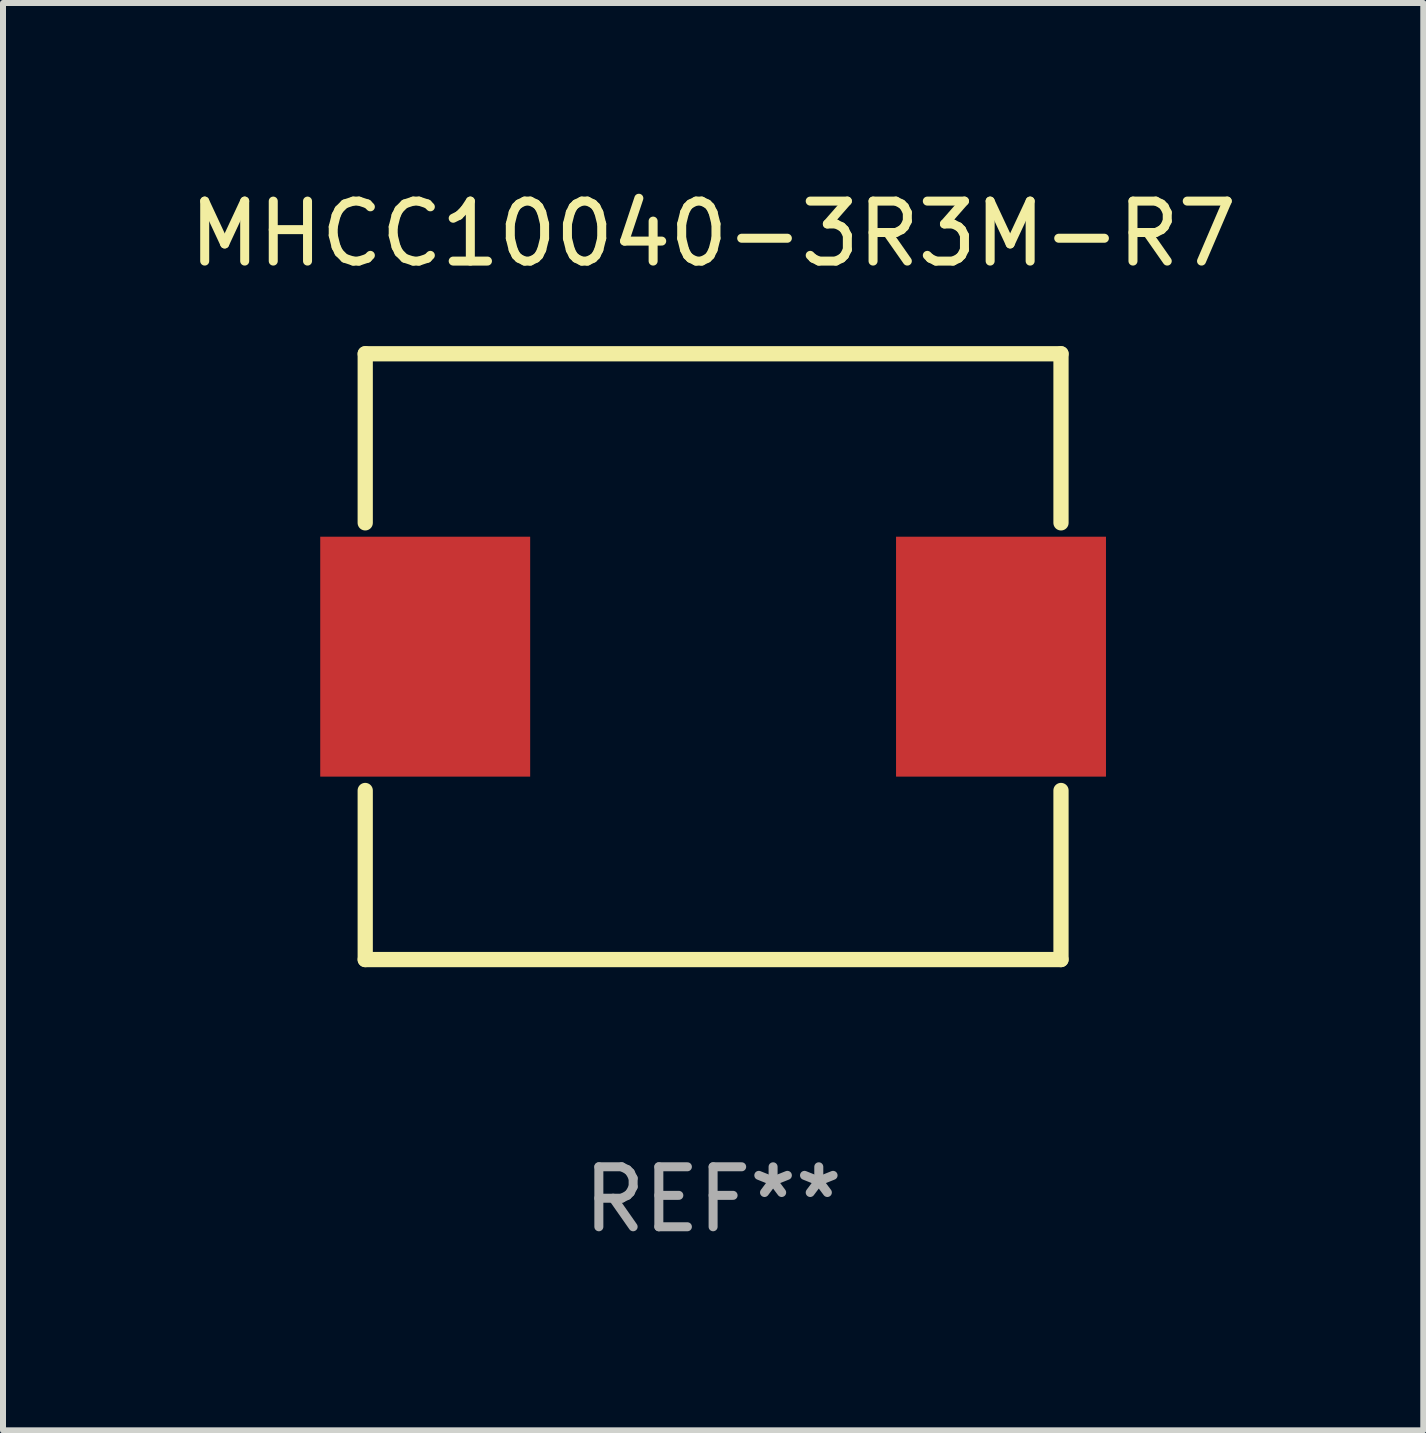
<source format=kicad_pcb>
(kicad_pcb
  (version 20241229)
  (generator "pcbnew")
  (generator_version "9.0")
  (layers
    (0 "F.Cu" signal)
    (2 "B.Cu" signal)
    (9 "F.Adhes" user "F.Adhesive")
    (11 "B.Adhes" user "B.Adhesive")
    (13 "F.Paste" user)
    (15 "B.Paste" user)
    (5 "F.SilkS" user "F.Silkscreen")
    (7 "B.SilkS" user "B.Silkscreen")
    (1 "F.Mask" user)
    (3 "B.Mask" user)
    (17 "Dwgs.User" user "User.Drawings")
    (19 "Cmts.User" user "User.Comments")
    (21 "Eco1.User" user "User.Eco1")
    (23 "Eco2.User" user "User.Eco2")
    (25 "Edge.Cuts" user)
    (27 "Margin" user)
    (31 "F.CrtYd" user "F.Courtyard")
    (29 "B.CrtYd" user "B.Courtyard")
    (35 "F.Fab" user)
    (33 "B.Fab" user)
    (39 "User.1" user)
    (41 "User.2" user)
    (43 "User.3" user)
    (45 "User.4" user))
  (footprint "MHCC10040-3R3M-R7"
    (layer "F.Cu")
    (at 8.839 7.898)
    (property "Reference" "MHCC10040-3R3M-R7" (at 0 -7.05 0) (layer "F.SilkS") (effects (font (size 1 1) (thickness 0.15))))
    (attr through_hole)
    (fp_line (start -5.8 -5.05) (end 5.8 -5.05) (stroke (width 0.254) (type solid)) (layer "F.SilkS"))
    (fp_line (start -5.8 -2.231) (end -5.8 -5.05) (stroke (width 0.254) (type solid)) (layer "F.SilkS"))
    (fp_line (start -5.8 5.05) (end -5.8 2.231) (stroke (width 0.254) (type solid)) (layer "F.SilkS"))
    (fp_line (start 5.8 -5.05) (end 5.8 -2.231) (stroke (width 0.254) (type solid)) (layer "F.SilkS"))
    (fp_line (start 5.8 2.231) (end 5.8 5.05) (stroke (width 0.254) (type solid)) (layer "F.SilkS"))
    (fp_line (start 5.8 5.05) (end -5.8 5.05) (stroke (width 0.254) (type solid)) (layer "F.SilkS"))
    (fp_circle (center -5.8 5.05) (end -5.77 5.05) (stroke (width 0.06) (type solid)) (fill no) (layer "F.SilkS"))
    (fp_text user "REF**" (at 0 9.05 0) (layer "F.Fab") (effects (font (size 1 1) (thickness 0.15))))
    (pad "1" smd rect (at -4.8 0) (size 3.5 4) (layers "F.Cu" "F.Mask" "F.Paste"))
    (pad "2" smd rect (at 4.8 0) (size 3.5 4) (layers "F.Cu" "F.Mask" "F.Paste")))
  (gr_rect
    (start -3 -3)
    (end 20.679 20.797)
    (stroke (width 0.1) (type default))
    (fill no)
    (layer "Edge.Cuts")))
</source>
